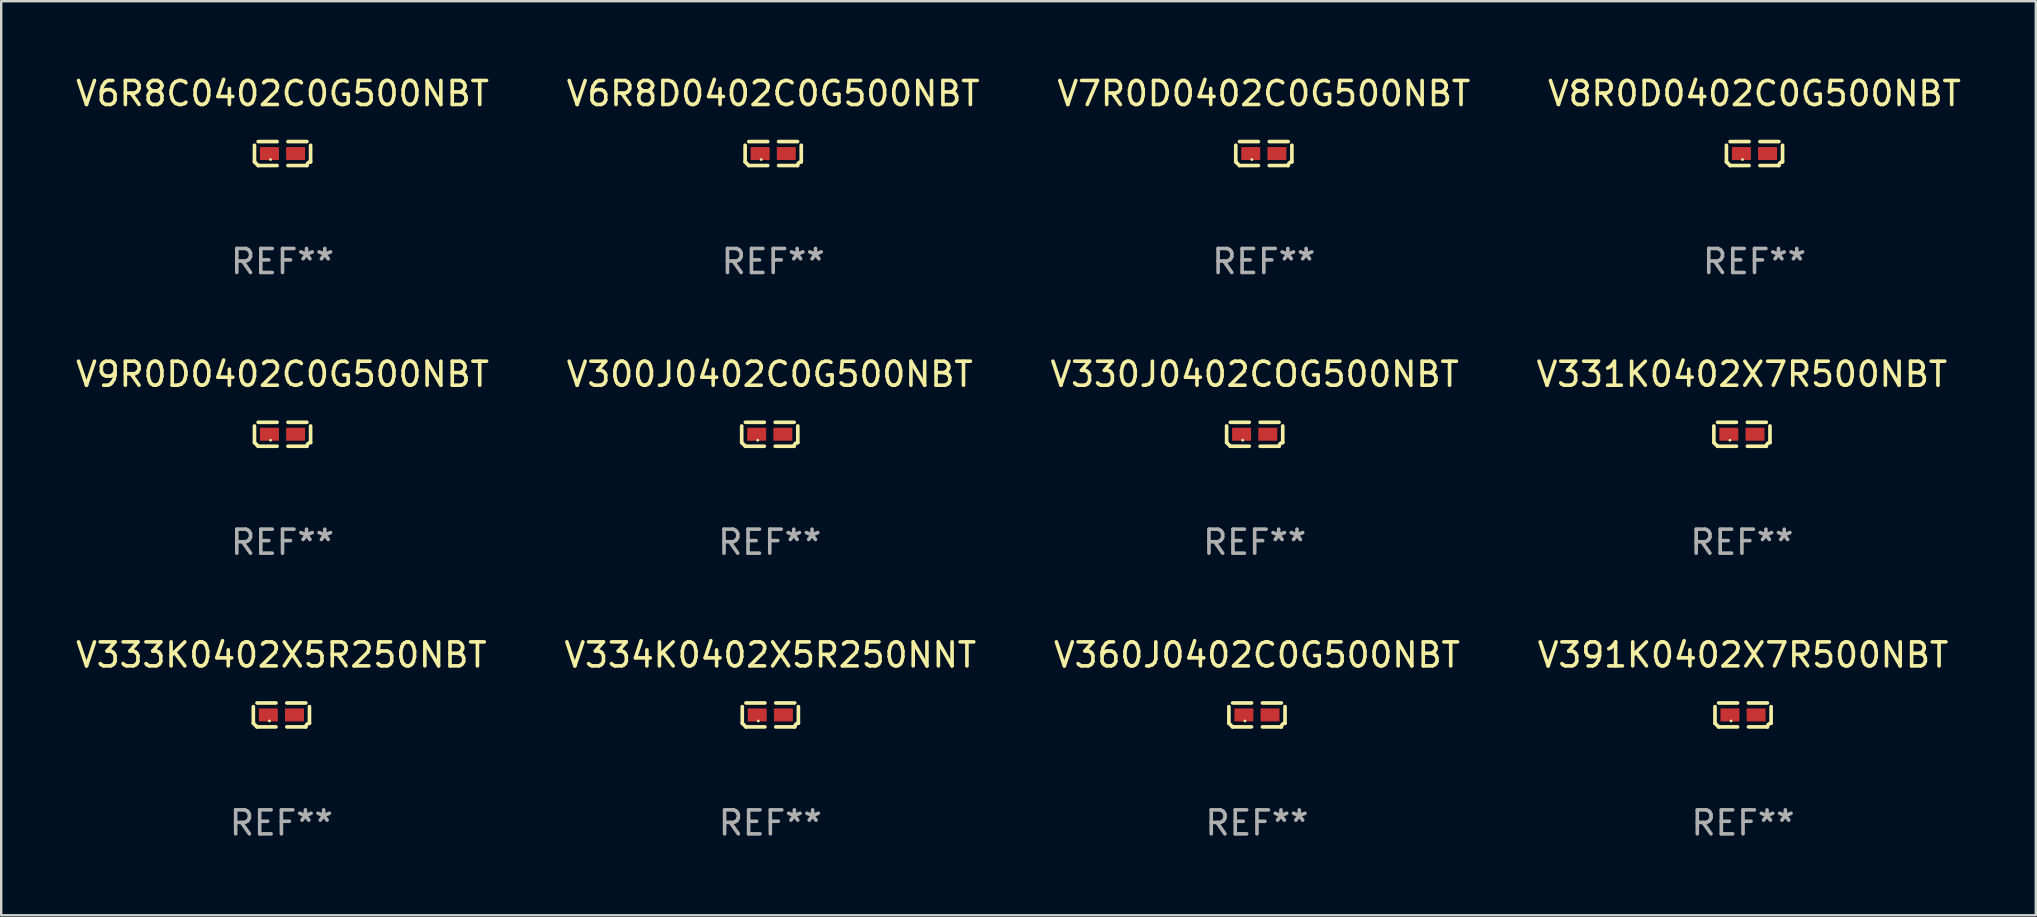
<source format=kicad_pcb>
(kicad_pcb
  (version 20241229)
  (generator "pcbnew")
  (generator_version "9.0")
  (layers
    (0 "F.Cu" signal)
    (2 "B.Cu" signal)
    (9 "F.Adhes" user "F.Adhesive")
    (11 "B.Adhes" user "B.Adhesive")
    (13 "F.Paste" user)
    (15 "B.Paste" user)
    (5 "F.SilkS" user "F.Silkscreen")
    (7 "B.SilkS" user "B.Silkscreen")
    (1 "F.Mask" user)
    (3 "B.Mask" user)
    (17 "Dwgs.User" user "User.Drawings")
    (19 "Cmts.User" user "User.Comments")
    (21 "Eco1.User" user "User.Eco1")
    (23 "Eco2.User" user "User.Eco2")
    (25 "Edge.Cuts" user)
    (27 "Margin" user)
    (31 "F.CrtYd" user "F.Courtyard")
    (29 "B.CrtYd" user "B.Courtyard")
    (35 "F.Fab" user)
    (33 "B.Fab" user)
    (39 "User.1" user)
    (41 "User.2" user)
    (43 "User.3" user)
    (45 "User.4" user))
  (footprint "V330J0402COG500NBT"
    (layer "F.Cu")
    (at 49.22 15.041)
    (property "Reference" "V330J0402COG500NBT" (at 0 -2.499 0) (layer "F.SilkS") (effects (font (size 1 1) (thickness 0.15))))
    (attr through_hole)
    (fp_line (start -1.169 0.346) (end -1.169 -0.346) (stroke (width 0.152) (type solid)) (layer "F.SilkS"))
    (fp_line (start -1.016 -0.499) (end -0.226 -0.499) (stroke (width 0.152) (type solid)) (layer "F.SilkS"))
    (fp_line (start -0.226 0.499) (end -1.016 0.499) (stroke (width 0.152) (type solid)) (layer "F.SilkS"))
    (fp_line (start 0.226 0.499) (end 1.016 0.499) (stroke (width 0.152) (type solid)) (layer "F.SilkS"))
    (fp_line (start 1.016 -0.499) (end 0.226 -0.499) (stroke (width 0.152) (type solid)) (layer "F.SilkS"))
    (fp_line (start 1.169 0.346) (end 1.169 -0.346) (stroke (width 0.152) (type solid)) (layer "F.SilkS"))
    (fp_arc (start -1.016307 0.498603) (mid -1.092512 0.422405) (end -1.16871 0.3462) (stroke (width 0.1524) (type solid)) (layer "F.SilkS"))
    (fp_arc (start 1.016307 0.498603) (mid 1.060899 0.390758) (end 1.168707 0.346076) (stroke (width 0.1524) (type solid)) (layer "F.SilkS"))
    (fp_circle (center -0.5 0.25) (end -0.47 0.25) (stroke (width 0.06) (type solid)) (fill no) (layer "F.SilkS"))
    (fp_text user "REF**" (at 0 4.499 0) (layer "F.Fab") (effects (font (size 1 1) (thickness 0.15))))
    (pad "1" smd rect (at -0.545 0) (size 0.79 0.54) (layers "F.Cu" "F.Mask" "F.Paste"))
    (pad "2" smd rect (at 0.545 0) (size 0.79 0.54) (layers "F.Cu" "F.Mask" "F.Paste")))
  (footprint "V391K0402X7R500NBT"
    (layer "F.Cu")
    (at 69.565 26.734)
    (property "Reference" "V391K0402X7R500NBT" (at 0 -2.499 0) (layer "F.SilkS") (effects (font (size 1 1) (thickness 0.15))))
    (attr through_hole)
    (fp_line (start -1.169 0.346) (end -1.169 -0.346) (stroke (width 0.152) (type solid)) (layer "F.SilkS"))
    (fp_line (start -1.016 -0.499) (end -0.226 -0.499) (stroke (width 0.152) (type solid)) (layer "F.SilkS"))
    (fp_line (start -0.226 0.499) (end -1.016 0.499) (stroke (width 0.152) (type solid)) (layer "F.SilkS"))
    (fp_line (start 0.226 0.499) (end 1.016 0.499) (stroke (width 0.152) (type solid)) (layer "F.SilkS"))
    (fp_line (start 1.016 -0.499) (end 0.226 -0.499) (stroke (width 0.152) (type solid)) (layer "F.SilkS"))
    (fp_line (start 1.169 0.346) (end 1.169 -0.346) (stroke (width 0.152) (type solid)) (layer "F.SilkS"))
    (fp_arc (start -1.016307 0.498603) (mid -1.092512 0.422405) (end -1.16871 0.3462) (stroke (width 0.1524) (type solid)) (layer "F.SilkS"))
    (fp_arc (start 1.016307 0.498603) (mid 1.060899 0.390758) (end 1.168707 0.346076) (stroke (width 0.1524) (type solid)) (layer "F.SilkS"))
    (fp_circle (center -0.5 0.25) (end -0.47 0.25) (stroke (width 0.06) (type solid)) (fill no) (layer "F.SilkS"))
    (fp_text user "REF**" (at 0 4.499 0) (layer "F.Fab") (effects (font (size 1 1) (thickness 0.15))))
    (pad "1" smd rect (at -0.545 0) (size 0.79 0.54) (layers "F.Cu" "F.Mask" "F.Paste"))
    (pad "2" smd rect (at 0.545 0) (size 0.79 0.54) (layers "F.Cu" "F.Mask" "F.Paste")))
  (footprint "V8R0D0402C0G500NBT"
    (layer "F.Cu")
    (at 70.042 3.347)
    (property "Reference" "V8R0D0402C0G500NBT" (at 0 -2.499 0) (layer "F.SilkS") (effects (font (size 1 1) (thickness 0.15))))
    (attr through_hole)
    (fp_line (start -1.169 0.346) (end -1.169 -0.346) (stroke (width 0.152) (type solid)) (layer "F.SilkS"))
    (fp_line (start -1.016 -0.499) (end -0.226 -0.499) (stroke (width 0.152) (type solid)) (layer "F.SilkS"))
    (fp_line (start -0.226 0.499) (end -1.016 0.499) (stroke (width 0.152) (type solid)) (layer "F.SilkS"))
    (fp_line (start 0.226 0.499) (end 1.016 0.499) (stroke (width 0.152) (type solid)) (layer "F.SilkS"))
    (fp_line (start 1.016 -0.499) (end 0.226 -0.499) (stroke (width 0.152) (type solid)) (layer "F.SilkS"))
    (fp_line (start 1.169 0.346) (end 1.169 -0.346) (stroke (width 0.152) (type solid)) (layer "F.SilkS"))
    (fp_arc (start -1.016307 0.498603) (mid -1.092512 0.422405) (end -1.16871 0.3462) (stroke (width 0.1524) (type solid)) (layer "F.SilkS"))
    (fp_arc (start 1.016307 0.498603) (mid 1.060899 0.390758) (end 1.168707 0.346076) (stroke (width 0.1524) (type solid)) (layer "F.SilkS"))
    (fp_circle (center -0.5 0.25) (end -0.47 0.25) (stroke (width 0.06) (type solid)) (fill no) (layer "F.SilkS"))
    (fp_text user "REF**" (at 0 4.499 0) (layer "F.Fab") (effects (font (size 1 1) (thickness 0.15))))
    (pad "1" smd rect (at -0.545 0) (size 0.79 0.54) (layers "F.Cu" "F.Mask" "F.Paste"))
    (pad "2" smd rect (at 0.545 0) (size 0.79 0.54) (layers "F.Cu" "F.Mask" "F.Paste")))
  (footprint "V334K0402X5R250NNT"
    (layer "F.Cu")
    (at 29.042 26.734)
    (property "Reference" "V334K0402X5R250NNT" (at 0 -2.499 0) (layer "F.SilkS") (effects (font (size 1 1) (thickness 0.15))))
    (attr through_hole)
    (fp_line (start -1.169 0.346) (end -1.169 -0.346) (stroke (width 0.152) (type solid)) (layer "F.SilkS"))
    (fp_line (start -1.016 -0.499) (end -0.226 -0.499) (stroke (width 0.152) (type solid)) (layer "F.SilkS"))
    (fp_line (start -0.226 0.499) (end -1.016 0.499) (stroke (width 0.152) (type solid)) (layer "F.SilkS"))
    (fp_line (start 0.226 0.499) (end 1.016 0.499) (stroke (width 0.152) (type solid)) (layer "F.SilkS"))
    (fp_line (start 1.016 -0.499) (end 0.226 -0.499) (stroke (width 0.152) (type solid)) (layer "F.SilkS"))
    (fp_line (start 1.169 0.346) (end 1.169 -0.346) (stroke (width 0.152) (type solid)) (layer "F.SilkS"))
    (fp_arc (start -1.016307 0.498603) (mid -1.092512 0.422405) (end -1.16871 0.3462) (stroke (width 0.1524) (type solid)) (layer "F.SilkS"))
    (fp_arc (start 1.016307 0.498603) (mid 1.060899 0.390758) (end 1.168707 0.346076) (stroke (width 0.1524) (type solid)) (layer "F.SilkS"))
    (fp_circle (center -0.5 0.25) (end -0.47 0.25) (stroke (width 0.06) (type solid)) (fill no) (layer "F.SilkS"))
    (fp_text user "REF**" (at 0 4.499 0) (layer "F.Fab") (effects (font (size 1 1) (thickness 0.15))))
    (pad "1" smd rect (at -0.545 0) (size 0.79 0.54) (layers "F.Cu" "F.Mask" "F.Paste"))
    (pad "2" smd rect (at 0.545 0) (size 0.79 0.54) (layers "F.Cu" "F.Mask" "F.Paste")))
  (footprint "V7R0D0402C0G500NBT"
    (layer "F.Cu")
    (at 49.601 3.347)
    (property "Reference" "V7R0D0402C0G500NBT" (at 0 -2.499 0) (layer "F.SilkS") (effects (font (size 1 1) (thickness 0.15))))
    (attr through_hole)
    (fp_line (start -1.169 0.346) (end -1.169 -0.346) (stroke (width 0.152) (type solid)) (layer "F.SilkS"))
    (fp_line (start -1.016 -0.499) (end -0.226 -0.499) (stroke (width 0.152) (type solid)) (layer "F.SilkS"))
    (fp_line (start -0.226 0.499) (end -1.016 0.499) (stroke (width 0.152) (type solid)) (layer "F.SilkS"))
    (fp_line (start 0.226 0.499) (end 1.016 0.499) (stroke (width 0.152) (type solid)) (layer "F.SilkS"))
    (fp_line (start 1.016 -0.499) (end 0.226 -0.499) (stroke (width 0.152) (type solid)) (layer "F.SilkS"))
    (fp_line (start 1.169 0.346) (end 1.169 -0.346) (stroke (width 0.152) (type solid)) (layer "F.SilkS"))
    (fp_arc (start -1.016307 0.498603) (mid -1.092512 0.422405) (end -1.16871 0.3462) (stroke (width 0.1524) (type solid)) (layer "F.SilkS"))
    (fp_arc (start 1.016307 0.498603) (mid 1.060899 0.390758) (end 1.168707 0.346076) (stroke (width 0.1524) (type solid)) (layer "F.SilkS"))
    (fp_circle (center -0.5 0.25) (end -0.47 0.25) (stroke (width 0.06) (type solid)) (fill no) (layer "F.SilkS"))
    (fp_text user "REF**" (at 0 4.499 0) (layer "F.Fab") (effects (font (size 1 1) (thickness 0.15))))
    (pad "1" smd rect (at -0.545 0) (size 0.79 0.54) (layers "F.Cu" "F.Mask" "F.Paste"))
    (pad "2" smd rect (at 0.545 0) (size 0.79 0.54) (layers "F.Cu" "F.Mask" "F.Paste")))
  (footprint "V300J0402C0G500NBT"
    (layer "F.Cu")
    (at 29.018 15.041)
    (property "Reference" "V300J0402C0G500NBT" (at 0 -2.499 0) (layer "F.SilkS") (effects (font (size 1 1) (thickness 0.15))))
    (attr through_hole)
    (fp_line (start -1.169 0.346) (end -1.169 -0.346) (stroke (width 0.152) (type solid)) (layer "F.SilkS"))
    (fp_line (start -1.016 -0.499) (end -0.226 -0.499) (stroke (width 0.152) (type solid)) (layer "F.SilkS"))
    (fp_line (start -0.226 0.499) (end -1.016 0.499) (stroke (width 0.152) (type solid)) (layer "F.SilkS"))
    (fp_line (start 0.226 0.499) (end 1.016 0.499) (stroke (width 0.152) (type solid)) (layer "F.SilkS"))
    (fp_line (start 1.016 -0.499) (end 0.226 -0.499) (stroke (width 0.152) (type solid)) (layer "F.SilkS"))
    (fp_line (start 1.169 0.346) (end 1.169 -0.346) (stroke (width 0.152) (type solid)) (layer "F.SilkS"))
    (fp_arc (start -1.016307 0.498603) (mid -1.092512 0.422405) (end -1.16871 0.3462) (stroke (width 0.1524) (type solid)) (layer "F.SilkS"))
    (fp_arc (start 1.016307 0.498603) (mid 1.060899 0.390758) (end 1.168707 0.346076) (stroke (width 0.1524) (type solid)) (layer "F.SilkS"))
    (fp_circle (center -0.5 0.25) (end -0.47 0.25) (stroke (width 0.06) (type solid)) (fill no) (layer "F.SilkS"))
    (fp_text user "REF**" (at 0 4.499 0) (layer "F.Fab") (effects (font (size 1 1) (thickness 0.15))))
    (pad "1" smd rect (at -0.545 0) (size 0.79 0.54) (layers "F.Cu" "F.Mask" "F.Paste"))
    (pad "2" smd rect (at 0.545 0) (size 0.79 0.54) (layers "F.Cu" "F.Mask" "F.Paste")))
  (footprint "V331K0402X7R500NBT"
    (layer "F.Cu")
    (at 69.518 15.041)
    (property "Reference" "V331K0402X7R500NBT" (at 0 -2.499 0) (layer "F.SilkS") (effects (font (size 1 1) (thickness 0.15))))
    (attr through_hole)
    (fp_line (start -1.169 0.346) (end -1.169 -0.346) (stroke (width 0.152) (type solid)) (layer "F.SilkS"))
    (fp_line (start -1.016 -0.499) (end -0.226 -0.499) (stroke (width 0.152) (type solid)) (layer "F.SilkS"))
    (fp_line (start -0.226 0.499) (end -1.016 0.499) (stroke (width 0.152) (type solid)) (layer "F.SilkS"))
    (fp_line (start 0.226 0.499) (end 1.016 0.499) (stroke (width 0.152) (type solid)) (layer "F.SilkS"))
    (fp_line (start 1.016 -0.499) (end 0.226 -0.499) (stroke (width 0.152) (type solid)) (layer "F.SilkS"))
    (fp_line (start 1.169 0.346) (end 1.169 -0.346) (stroke (width 0.152) (type solid)) (layer "F.SilkS"))
    (fp_arc (start -1.016307 0.498603) (mid -1.092512 0.422405) (end -1.16871 0.3462) (stroke (width 0.1524) (type solid)) (layer "F.SilkS"))
    (fp_arc (start 1.016307 0.498603) (mid 1.060899 0.390758) (end 1.168707 0.346076) (stroke (width 0.1524) (type solid)) (layer "F.SilkS"))
    (fp_circle (center -0.5 0.25) (end -0.47 0.25) (stroke (width 0.06) (type solid)) (fill no) (layer "F.SilkS"))
    (fp_text user "REF**" (at 0 4.499 0) (layer "F.Fab") (effects (font (size 1 1) (thickness 0.15))))
    (pad "1" smd rect (at -0.545 0) (size 0.79 0.54) (layers "F.Cu" "F.Mask" "F.Paste"))
    (pad "2" smd rect (at 0.545 0) (size 0.79 0.54) (layers "F.Cu" "F.Mask" "F.Paste")))
  (footprint "V360J0402C0G500NBT"
    (layer "F.Cu")
    (at 49.315 26.734)
    (property "Reference" "V360J0402C0G500NBT" (at 0 -2.499 0) (layer "F.SilkS") (effects (font (size 1 1) (thickness 0.15))))
    (attr through_hole)
    (fp_line (start -1.169 0.346) (end -1.169 -0.346) (stroke (width 0.152) (type solid)) (layer "F.SilkS"))
    (fp_line (start -1.016 -0.499) (end -0.226 -0.499) (stroke (width 0.152) (type solid)) (layer "F.SilkS"))
    (fp_line (start -0.226 0.499) (end -1.016 0.499) (stroke (width 0.152) (type solid)) (layer "F.SilkS"))
    (fp_line (start 0.226 0.499) (end 1.016 0.499) (stroke (width 0.152) (type solid)) (layer "F.SilkS"))
    (fp_line (start 1.016 -0.499) (end 0.226 -0.499) (stroke (width 0.152) (type solid)) (layer "F.SilkS"))
    (fp_line (start 1.169 0.346) (end 1.169 -0.346) (stroke (width 0.152) (type solid)) (layer "F.SilkS"))
    (fp_arc (start -1.016307 0.498603) (mid -1.092512 0.422405) (end -1.16871 0.3462) (stroke (width 0.1524) (type solid)) (layer "F.SilkS"))
    (fp_arc (start 1.016307 0.498603) (mid 1.060899 0.390758) (end 1.168707 0.346076) (stroke (width 0.1524) (type solid)) (layer "F.SilkS"))
    (fp_circle (center -0.5 0.25) (end -0.47 0.25) (stroke (width 0.06) (type solid)) (fill no) (layer "F.SilkS"))
    (fp_text user "REF**" (at 0 4.499 0) (layer "F.Fab") (effects (font (size 1 1) (thickness 0.15))))
    (pad "1" smd rect (at -0.545 0) (size 0.79 0.54) (layers "F.Cu" "F.Mask" "F.Paste"))
    (pad "2" smd rect (at 0.545 0) (size 0.79 0.54) (layers "F.Cu" "F.Mask" "F.Paste")))
  (footprint "V6R8C0402C0G500NBT"
    (layer "F.Cu")
    (at 8.72 3.347)
    (property "Reference" "V6R8C0402C0G500NBT" (at 0 -2.499 0) (layer "F.SilkS") (effects (font (size 1 1) (thickness 0.15))))
    (attr through_hole)
    (fp_line (start -1.169 0.346) (end -1.169 -0.346) (stroke (width 0.152) (type solid)) (layer "F.SilkS"))
    (fp_line (start -1.016 -0.499) (end -0.226 -0.499) (stroke (width 0.152) (type solid)) (layer "F.SilkS"))
    (fp_line (start -0.226 0.499) (end -1.016 0.499) (stroke (width 0.152) (type solid)) (layer "F.SilkS"))
    (fp_line (start 0.226 0.499) (end 1.016 0.499) (stroke (width 0.152) (type solid)) (layer "F.SilkS"))
    (fp_line (start 1.016 -0.499) (end 0.226 -0.499) (stroke (width 0.152) (type solid)) (layer "F.SilkS"))
    (fp_line (start 1.169 0.346) (end 1.169 -0.346) (stroke (width 0.152) (type solid)) (layer "F.SilkS"))
    (fp_arc (start -1.016307 0.498603) (mid -1.092512 0.422405) (end -1.16871 0.3462) (stroke (width 0.1524) (type solid)) (layer "F.SilkS"))
    (fp_arc (start 1.016307 0.498603) (mid 1.060899 0.390758) (end 1.168707 0.346076) (stroke (width 0.1524) (type solid)) (layer "F.SilkS"))
    (fp_circle (center -0.5 0.25) (end -0.47 0.25) (stroke (width 0.06) (type solid)) (fill no) (layer "F.SilkS"))
    (fp_text user "REF**" (at 0 4.499 0) (layer "F.Fab") (effects (font (size 1 1) (thickness 0.15))))
    (pad "1" smd rect (at -0.545 0) (size 0.79 0.54) (layers "F.Cu" "F.Mask" "F.Paste"))
    (pad "2" smd rect (at 0.545 0) (size 0.79 0.54) (layers "F.Cu" "F.Mask" "F.Paste")))
  (footprint "V333K0402X5R250NBT"
    (layer "F.Cu")
    (at 8.673 26.734)
    (property "Reference" "V333K0402X5R250NBT" (at 0 -2.499 0) (layer "F.SilkS") (effects (font (size 1 1) (thickness 0.15))))
    (attr through_hole)
    (fp_line (start -1.169 0.346) (end -1.169 -0.346) (stroke (width 0.152) (type solid)) (layer "F.SilkS"))
    (fp_line (start -1.016 -0.499) (end -0.226 -0.499) (stroke (width 0.152) (type solid)) (layer "F.SilkS"))
    (fp_line (start -0.226 0.499) (end -1.016 0.499) (stroke (width 0.152) (type solid)) (layer "F.SilkS"))
    (fp_line (start 0.226 0.499) (end 1.016 0.499) (stroke (width 0.152) (type solid)) (layer "F.SilkS"))
    (fp_line (start 1.016 -0.499) (end 0.226 -0.499) (stroke (width 0.152) (type solid)) (layer "F.SilkS"))
    (fp_line (start 1.169 0.346) (end 1.169 -0.346) (stroke (width 0.152) (type solid)) (layer "F.SilkS"))
    (fp_arc (start -1.016307 0.498603) (mid -1.092512 0.422405) (end -1.16871 0.3462) (stroke (width 0.1524) (type solid)) (layer "F.SilkS"))
    (fp_arc (start 1.016307 0.498603) (mid 1.060899 0.390758) (end 1.168707 0.346076) (stroke (width 0.1524) (type solid)) (layer "F.SilkS"))
    (fp_circle (center -0.5 0.25) (end -0.47 0.25) (stroke (width 0.06) (type solid)) (fill no) (layer "F.SilkS"))
    (fp_text user "REF**" (at 0 4.499 0) (layer "F.Fab") (effects (font (size 1 1) (thickness 0.15))))
    (pad "1" smd rect (at -0.545 0) (size 0.79 0.54) (layers "F.Cu" "F.Mask" "F.Paste"))
    (pad "2" smd rect (at 0.545 0) (size 0.79 0.54) (layers "F.Cu" "F.Mask" "F.Paste")))
  (footprint "V6R8D0402C0G500NBT"
    (layer "F.Cu")
    (at 29.161 3.347)
    (property "Reference" "V6R8D0402C0G500NBT" (at 0 -2.499 0) (layer "F.SilkS") (effects (font (size 1 1) (thickness 0.15))))
    (attr through_hole)
    (fp_line (start -1.169 0.346) (end -1.169 -0.346) (stroke (width 0.152) (type solid)) (layer "F.SilkS"))
    (fp_line (start -1.016 -0.499) (end -0.226 -0.499) (stroke (width 0.152) (type solid)) (layer "F.SilkS"))
    (fp_line (start -0.226 0.499) (end -1.016 0.499) (stroke (width 0.152) (type solid)) (layer "F.SilkS"))
    (fp_line (start 0.226 0.499) (end 1.016 0.499) (stroke (width 0.152) (type solid)) (layer "F.SilkS"))
    (fp_line (start 1.016 -0.499) (end 0.226 -0.499) (stroke (width 0.152) (type solid)) (layer "F.SilkS"))
    (fp_line (start 1.169 0.346) (end 1.169 -0.346) (stroke (width 0.152) (type solid)) (layer "F.SilkS"))
    (fp_arc (start -1.016307 0.498603) (mid -1.092512 0.422405) (end -1.16871 0.3462) (stroke (width 0.1524) (type solid)) (layer "F.SilkS"))
    (fp_arc (start 1.016307 0.498603) (mid 1.060899 0.390758) (end 1.168707 0.346076) (stroke (width 0.1524) (type solid)) (layer "F.SilkS"))
    (fp_circle (center -0.5 0.25) (end -0.47 0.25) (stroke (width 0.06) (type solid)) (fill no) (layer "F.SilkS"))
    (fp_text user "REF**" (at 0 4.499 0) (layer "F.Fab") (effects (font (size 1 1) (thickness 0.15))))
    (pad "1" smd rect (at -0.545 0) (size 0.79 0.54) (layers "F.Cu" "F.Mask" "F.Paste"))
    (pad "2" smd rect (at 0.545 0) (size 0.79 0.54) (layers "F.Cu" "F.Mask" "F.Paste")))
  (footprint "V9R0D0402C0G500NBT"
    (layer "F.Cu")
    (at 8.72 15.041)
    (property "Reference" "V9R0D0402C0G500NBT" (at 0 -2.499 0) (layer "F.SilkS") (effects (font (size 1 1) (thickness 0.15))))
    (attr through_hole)
    (fp_line (start -1.169 0.346) (end -1.169 -0.346) (stroke (width 0.152) (type solid)) (layer "F.SilkS"))
    (fp_line (start -1.016 -0.499) (end -0.226 -0.499) (stroke (width 0.152) (type solid)) (layer "F.SilkS"))
    (fp_line (start -0.226 0.499) (end -1.016 0.499) (stroke (width 0.152) (type solid)) (layer "F.SilkS"))
    (fp_line (start 0.226 0.499) (end 1.016 0.499) (stroke (width 0.152) (type solid)) (layer "F.SilkS"))
    (fp_line (start 1.016 -0.499) (end 0.226 -0.499) (stroke (width 0.152) (type solid)) (layer "F.SilkS"))
    (fp_line (start 1.169 0.346) (end 1.169 -0.346) (stroke (width 0.152) (type solid)) (layer "F.SilkS"))
    (fp_arc (start -1.016307 0.498603) (mid -1.092512 0.422405) (end -1.16871 0.3462) (stroke (width 0.1524) (type solid)) (layer "F.SilkS"))
    (fp_arc (start 1.016307 0.498603) (mid 1.060899 0.390758) (end 1.168707 0.346076) (stroke (width 0.1524) (type solid)) (layer "F.SilkS"))
    (fp_circle (center -0.5 0.25) (end -0.47 0.25) (stroke (width 0.06) (type solid)) (fill no) (layer "F.SilkS"))
    (fp_text user "REF**" (at 0 4.499 0) (layer "F.Fab") (effects (font (size 1 1) (thickness 0.15))))
    (pad "1" smd rect (at -0.545 0) (size 0.79 0.54) (layers "F.Cu" "F.Mask" "F.Paste"))
    (pad "2" smd rect (at 0.545 0) (size 0.79 0.54) (layers "F.Cu" "F.Mask" "F.Paste")))
  (gr_rect
    (start -3 -3)
    (end 81.762 35.081)
    (stroke (width 0.1) (type default))
    (fill no)
    (layer "Edge.Cuts")))
</source>
